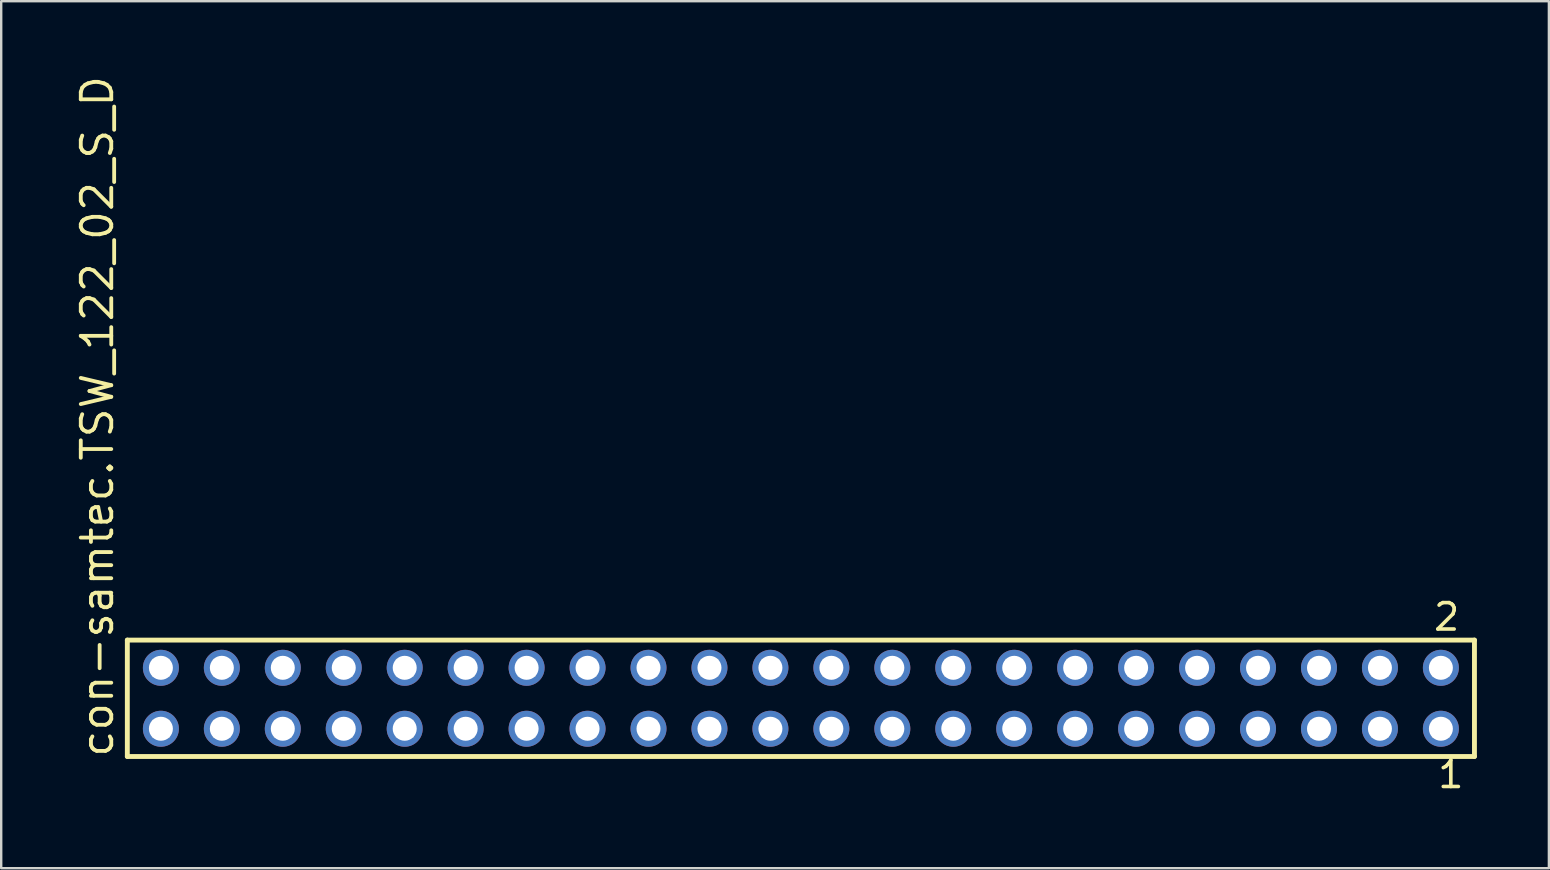
<source format=kicad_pcb>
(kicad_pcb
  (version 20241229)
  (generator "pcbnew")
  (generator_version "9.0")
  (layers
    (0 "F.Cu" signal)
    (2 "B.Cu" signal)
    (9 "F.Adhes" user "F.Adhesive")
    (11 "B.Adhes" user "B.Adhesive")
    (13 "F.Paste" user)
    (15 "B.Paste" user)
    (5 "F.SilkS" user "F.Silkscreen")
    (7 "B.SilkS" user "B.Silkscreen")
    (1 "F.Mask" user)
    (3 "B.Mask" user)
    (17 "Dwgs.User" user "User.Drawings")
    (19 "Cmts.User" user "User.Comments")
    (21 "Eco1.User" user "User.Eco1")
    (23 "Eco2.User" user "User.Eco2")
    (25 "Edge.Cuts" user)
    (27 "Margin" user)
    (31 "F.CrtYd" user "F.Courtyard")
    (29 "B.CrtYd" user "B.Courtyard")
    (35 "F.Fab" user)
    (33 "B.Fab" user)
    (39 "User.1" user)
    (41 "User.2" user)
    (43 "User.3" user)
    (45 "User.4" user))
  (footprint "con-samtec.TSW_122_02_S_D"
    (layer "F.Cu")
    (at 30.325 26.049)
    (property "Reference" "con-samtec.TSW_122_02_S_D" (at -28.575 2.54 90) (layer "F.SilkS") (effects (font (size 1.27 1.27) (thickness 0.16)) (justify left bottom)))
    (attr through_hole)
    (fp_line (start -28.069 -2.425) (end 28.069 -2.425) (stroke (width 0.203) (type default)) (layer "F.SilkS"))
    (fp_line (start -28.069 2.425) (end -28.069 -2.425) (stroke (width 0.203) (type default)) (layer "F.SilkS"))
    (fp_line (start 28.069 -2.425) (end 28.069 2.425) (stroke (width 0.203) (type default)) (layer "F.SilkS"))
    (fp_line (start 28.069 2.425) (end -28.069 2.425) (stroke (width 0.203) (type default)) (layer "F.SilkS"))
    (fp_rect (start -27.02 -0.92) (end -26.32 -1.62) (stroke (width 0.05) (type default)) (fill no) (layer "F.Fab"))
    (fp_rect (start -27.02 1.62) (end -26.32 0.92) (stroke (width 0.05) (type default)) (fill no) (layer "F.Fab"))
    (fp_rect (start -24.48 -0.92) (end -23.78 -1.62) (stroke (width 0.05) (type default)) (fill no) (layer "F.Fab"))
    (fp_rect (start -24.48 1.62) (end -23.78 0.92) (stroke (width 0.05) (type default)) (fill no) (layer "F.Fab"))
    (fp_rect (start -21.94 -0.92) (end -21.24 -1.62) (stroke (width 0.05) (type default)) (fill no) (layer "F.Fab"))
    (fp_rect (start -21.94 1.62) (end -21.24 0.92) (stroke (width 0.05) (type default)) (fill no) (layer "F.Fab"))
    (fp_rect (start -19.4 -0.92) (end -18.7 -1.62) (stroke (width 0.05) (type default)) (fill no) (layer "F.Fab"))
    (fp_rect (start -19.4 1.62) (end -18.7 0.92) (stroke (width 0.05) (type default)) (fill no) (layer "F.Fab"))
    (fp_rect (start -16.86 -0.92) (end -16.16 -1.62) (stroke (width 0.05) (type default)) (fill no) (layer "F.Fab"))
    (fp_rect (start -16.86 1.62) (end -16.16 0.92) (stroke (width 0.05) (type default)) (fill no) (layer "F.Fab"))
    (fp_rect (start -14.32 -0.92) (end -13.62 -1.62) (stroke (width 0.05) (type default)) (fill no) (layer "F.Fab"))
    (fp_rect (start -14.32 1.62) (end -13.62 0.92) (stroke (width 0.05) (type default)) (fill no) (layer "F.Fab"))
    (fp_rect (start -11.78 -0.92) (end -11.08 -1.62) (stroke (width 0.05) (type default)) (fill no) (layer "F.Fab"))
    (fp_rect (start -11.78 1.62) (end -11.08 0.92) (stroke (width 0.05) (type default)) (fill no) (layer "F.Fab"))
    (fp_rect (start -9.24 -0.92) (end -8.54 -1.62) (stroke (width 0.05) (type default)) (fill no) (layer "F.Fab"))
    (fp_rect (start -9.24 1.62) (end -8.54 0.92) (stroke (width 0.05) (type default)) (fill no) (layer "F.Fab"))
    (fp_rect (start -6.7 -0.92) (end -6 -1.62) (stroke (width 0.05) (type default)) (fill no) (layer "F.Fab"))
    (fp_rect (start -6.7 1.62) (end -6 0.92) (stroke (width 0.05) (type default)) (fill no) (layer "F.Fab"))
    (fp_rect (start -4.16 -0.92) (end -3.46 -1.62) (stroke (width 0.05) (type default)) (fill no) (layer "F.Fab"))
    (fp_rect (start -4.16 1.62) (end -3.46 0.92) (stroke (width 0.05) (type default)) (fill no) (layer "F.Fab"))
    (fp_rect (start -1.62 -0.92) (end -0.92 -1.62) (stroke (width 0.05) (type default)) (fill no) (layer "F.Fab"))
    (fp_rect (start -1.62 1.62) (end -0.92 0.92) (stroke (width 0.05) (type default)) (fill no) (layer "F.Fab"))
    (fp_rect (start 0.92 -0.92) (end 1.62 -1.62) (stroke (width 0.05) (type default)) (fill no) (layer "F.Fab"))
    (fp_rect (start 0.92 1.62) (end 1.62 0.92) (stroke (width 0.05) (type default)) (fill no) (layer "F.Fab"))
    (fp_rect (start 3.46 -0.92) (end 4.16 -1.62) (stroke (width 0.05) (type default)) (fill no) (layer "F.Fab"))
    (fp_rect (start 3.46 1.62) (end 4.16 0.92) (stroke (width 0.05) (type default)) (fill no) (layer "F.Fab"))
    (fp_rect (start 6 -0.92) (end 6.7 -1.62) (stroke (width 0.05) (type default)) (fill no) (layer "F.Fab"))
    (fp_rect (start 6 1.62) (end 6.7 0.92) (stroke (width 0.05) (type default)) (fill no) (layer "F.Fab"))
    (fp_rect (start 8.54 -0.92) (end 9.24 -1.62) (stroke (width 0.05) (type default)) (fill no) (layer "F.Fab"))
    (fp_rect (start 8.54 1.62) (end 9.24 0.92) (stroke (width 0.05) (type default)) (fill no) (layer "F.Fab"))
    (fp_rect (start 11.08 -0.92) (end 11.78 -1.62) (stroke (width 0.05) (type default)) (fill no) (layer "F.Fab"))
    (fp_rect (start 11.08 1.62) (end 11.78 0.92) (stroke (width 0.05) (type default)) (fill no) (layer "F.Fab"))
    (fp_rect (start 13.62 -0.92) (end 14.32 -1.62) (stroke (width 0.05) (type default)) (fill no) (layer "F.Fab"))
    (fp_rect (start 13.62 1.62) (end 14.32 0.92) (stroke (width 0.05) (type default)) (fill no) (layer "F.Fab"))
    (fp_rect (start 16.16 -0.92) (end 16.86 -1.62) (stroke (width 0.05) (type default)) (fill no) (layer "F.Fab"))
    (fp_rect (start 16.16 1.62) (end 16.86 0.92) (stroke (width 0.05) (type default)) (fill no) (layer "F.Fab"))
    (fp_rect (start 18.7 -0.92) (end 19.4 -1.62) (stroke (width 0.05) (type default)) (fill no) (layer "F.Fab"))
    (fp_rect (start 18.7 1.62) (end 19.4 0.92) (stroke (width 0.05) (type default)) (fill no) (layer "F.Fab"))
    (fp_rect (start 21.24 -0.92) (end 21.94 -1.62) (stroke (width 0.05) (type default)) (fill no) (layer "F.Fab"))
    (fp_rect (start 21.24 1.62) (end 21.94 0.92) (stroke (width 0.05) (type default)) (fill no) (layer "F.Fab"))
    (fp_rect (start 23.78 -0.92) (end 24.48 -1.62) (stroke (width 0.05) (type default)) (fill no) (layer "F.Fab"))
    (fp_rect (start 23.78 1.62) (end 24.48 0.92) (stroke (width 0.05) (type default)) (fill no) (layer "F.Fab"))
    (fp_rect (start 26.32 -0.92) (end 27.02 -1.62) (stroke (width 0.05) (type default)) (fill no) (layer "F.Fab"))
    (fp_rect (start 26.32 1.62) (end 27.02 0.92) (stroke (width 0.05) (type default)) (fill no) (layer "F.Fab"))
    (fp_text user "1" (at 26.462 3.818 0) (layer "F.SilkS") (effects (font (size 1.1 1.1) (thickness 0.15)) (justify left bottom)))
    (fp_text user "2" (at 26.287 -2.744 0) (layer "F.SilkS") (effects (font (size 1.1 1.1) (thickness 0.15)) (justify left bottom)))
    (pad "1" thru_hole circle (at 26.67 1.27 180) (size 1.5 1.5) (drill 1) (layers "*.Cu" "*.Mask"))
    (pad "2" thru_hole circle (at 26.67 -1.27 180) (size 1.5 1.5) (drill 1) (layers "*.Cu" "*.Mask"))
    (pad "3" thru_hole circle (at 24.13 1.27 180) (size 1.5 1.5) (drill 1) (layers "*.Cu" "*.Mask"))
    (pad "4" thru_hole circle (at 24.13 -1.27 180) (size 1.5 1.5) (drill 1) (layers "*.Cu" "*.Mask"))
    (pad "5" thru_hole circle (at 21.59 1.27 180) (size 1.5 1.5) (drill 1) (layers "*.Cu" "*.Mask"))
    (pad "6" thru_hole circle (at 21.59 -1.27 180) (size 1.5 1.5) (drill 1) (layers "*.Cu" "*.Mask"))
    (pad "7" thru_hole circle (at 19.05 1.27 180) (size 1.5 1.5) (drill 1) (layers "*.Cu" "*.Mask"))
    (pad "8" thru_hole circle (at 19.05 -1.27 180) (size 1.5 1.5) (drill 1) (layers "*.Cu" "*.Mask"))
    (pad "9" thru_hole circle (at 16.51 1.27 180) (size 1.5 1.5) (drill 1) (layers "*.Cu" "*.Mask"))
    (pad "10" thru_hole circle (at 16.51 -1.27 180) (size 1.5 1.5) (drill 1) (layers "*.Cu" "*.Mask"))
    (pad "11" thru_hole circle (at 13.97 1.27 180) (size 1.5 1.5) (drill 1) (layers "*.Cu" "*.Mask"))
    (pad "12" thru_hole circle (at 13.97 -1.27 180) (size 1.5 1.5) (drill 1) (layers "*.Cu" "*.Mask"))
    (pad "13" thru_hole circle (at 11.43 1.27 180) (size 1.5 1.5) (drill 1) (layers "*.Cu" "*.Mask"))
    (pad "14" thru_hole circle (at 11.43 -1.27 180) (size 1.5 1.5) (drill 1) (layers "*.Cu" "*.Mask"))
    (pad "15" thru_hole circle (at 8.89 1.27 180) (size 1.5 1.5) (drill 1) (layers "*.Cu" "*.Mask"))
    (pad "16" thru_hole circle (at 8.89 -1.27 180) (size 1.5 1.5) (drill 1) (layers "*.Cu" "*.Mask"))
    (pad "17" thru_hole circle (at 6.35 1.27 180) (size 1.5 1.5) (drill 1) (layers "*.Cu" "*.Mask"))
    (pad "18" thru_hole circle (at 6.35 -1.27 180) (size 1.5 1.5) (drill 1) (layers "*.Cu" "*.Mask"))
    (pad "19" thru_hole circle (at 3.81 1.27 180) (size 1.5 1.5) (drill 1) (layers "*.Cu" "*.Mask"))
    (pad "20" thru_hole circle (at 3.81 -1.27 180) (size 1.5 1.5) (drill 1) (layers "*.Cu" "*.Mask"))
    (pad "21" thru_hole circle (at 1.27 1.27 180) (size 1.5 1.5) (drill 1) (layers "*.Cu" "*.Mask"))
    (pad "22" thru_hole circle (at 1.27 -1.27 180) (size 1.5 1.5) (drill 1) (layers "*.Cu" "*.Mask"))
    (pad "23" thru_hole circle (at -1.27 1.27 180) (size 1.5 1.5) (drill 1) (layers "*.Cu" "*.Mask"))
    (pad "24" thru_hole circle (at -1.27 -1.27 180) (size 1.5 1.5) (drill 1) (layers "*.Cu" "*.Mask"))
    (pad "25" thru_hole circle (at -3.81 1.27 180) (size 1.5 1.5) (drill 1) (layers "*.Cu" "*.Mask"))
    (pad "26" thru_hole circle (at -3.81 -1.27 180) (size 1.5 1.5) (drill 1) (layers "*.Cu" "*.Mask"))
    (pad "27" thru_hole circle (at -6.35 1.27 180) (size 1.5 1.5) (drill 1) (layers "*.Cu" "*.Mask"))
    (pad "28" thru_hole circle (at -6.35 -1.27 180) (size 1.5 1.5) (drill 1) (layers "*.Cu" "*.Mask"))
    (pad "29" thru_hole circle (at -8.89 1.27 180) (size 1.5 1.5) (drill 1) (layers "*.Cu" "*.Mask"))
    (pad "30" thru_hole circle (at -8.89 -1.27 180) (size 1.5 1.5) (drill 1) (layers "*.Cu" "*.Mask"))
    (pad "31" thru_hole circle (at -11.43 1.27 180) (size 1.5 1.5) (drill 1) (layers "*.Cu" "*.Mask"))
    (pad "32" thru_hole circle (at -11.43 -1.27 180) (size 1.5 1.5) (drill 1) (layers "*.Cu" "*.Mask"))
    (pad "33" thru_hole circle (at -13.97 1.27 180) (size 1.5 1.5) (drill 1) (layers "*.Cu" "*.Mask"))
    (pad "34" thru_hole circle (at -13.97 -1.27 180) (size 1.5 1.5) (drill 1) (layers "*.Cu" "*.Mask"))
    (pad "35" thru_hole circle (at -16.51 1.27 180) (size 1.5 1.5) (drill 1) (layers "*.Cu" "*.Mask"))
    (pad "36" thru_hole circle (at -16.51 -1.27 180) (size 1.5 1.5) (drill 1) (layers "*.Cu" "*.Mask"))
    (pad "37" thru_hole circle (at -19.05 1.27 180) (size 1.5 1.5) (drill 1) (layers "*.Cu" "*.Mask"))
    (pad "38" thru_hole circle (at -19.05 -1.27 180) (size 1.5 1.5) (drill 1) (layers "*.Cu" "*.Mask"))
    (pad "39" thru_hole circle (at -21.59 1.27 180) (size 1.5 1.5) (drill 1) (layers "*.Cu" "*.Mask"))
    (pad "40" thru_hole circle (at -21.59 -1.27 180) (size 1.5 1.5) (drill 1) (layers "*.Cu" "*.Mask"))
    (pad "41" thru_hole circle (at -24.13 1.27 180) (size 1.5 1.5) (drill 1) (layers "*.Cu" "*.Mask"))
    (pad "42" thru_hole circle (at -24.13 -1.27 180) (size 1.5 1.5) (drill 1) (layers "*.Cu" "*.Mask"))
    (pad "43" thru_hole circle (at -26.67 1.27 180) (size 1.5 1.5) (drill 1) (layers "*.Cu" "*.Mask"))
    (pad "44" thru_hole circle (at -26.67 -1.27 180) (size 1.5 1.5) (drill 1) (layers "*.Cu" "*.Mask")))
  (gr_rect
    (start -3 -3)
    (end 61.496 33.131)
    (stroke (width 0.1) (type default))
    (fill no)
    (layer "Edge.Cuts")))
</source>
